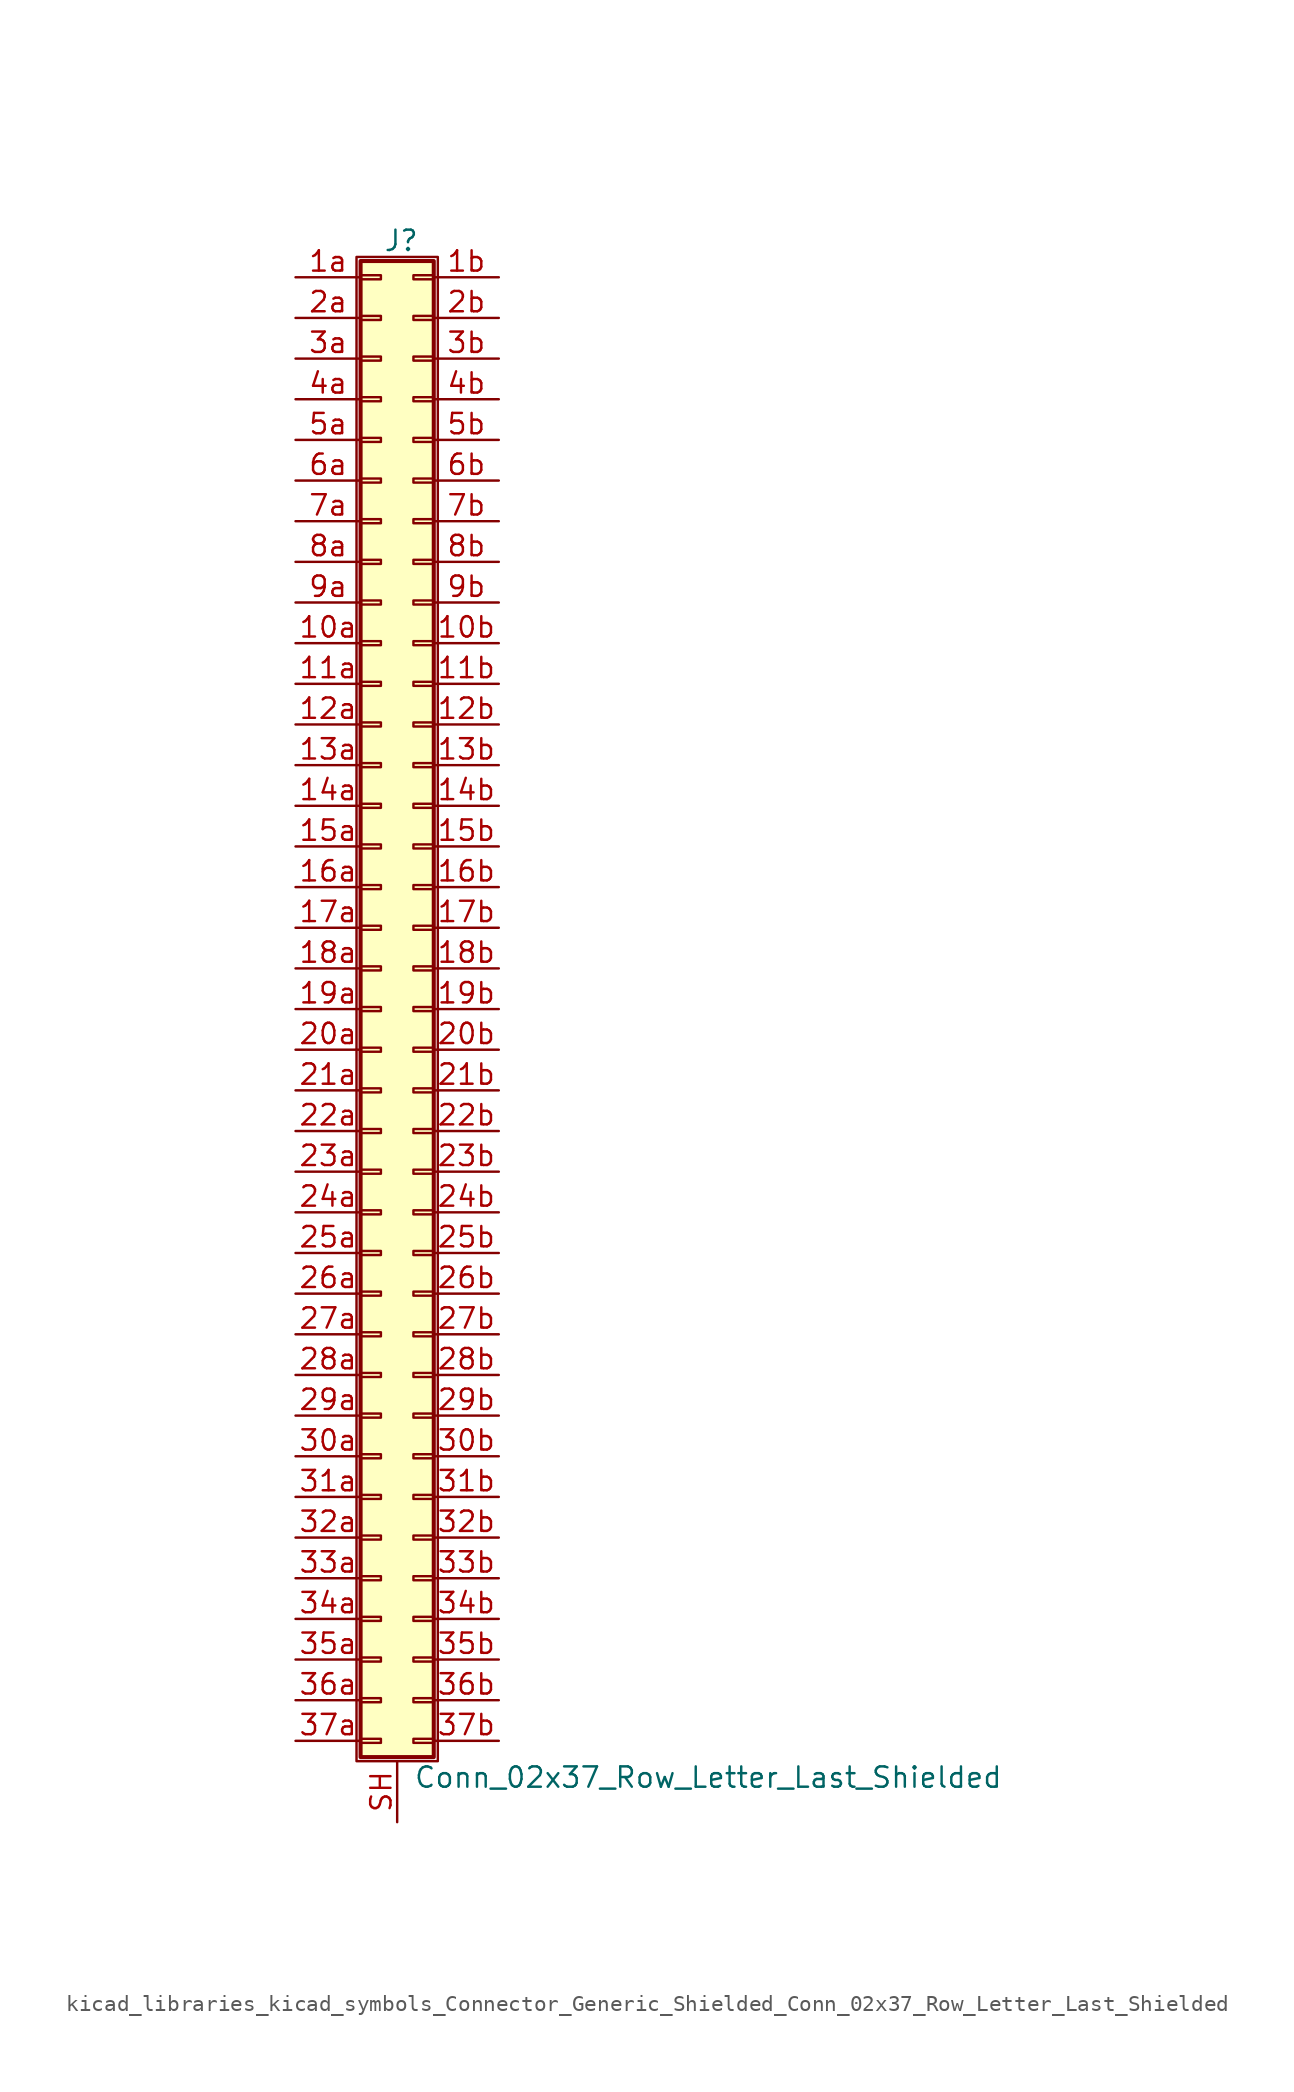
<source format=kicad_sym>
(kicad_symbol_lib
  (version 20220914)
  (generator kicad_symbol_editor)
  (symbol "kicad_libraries_kicad_symbols_Connector_Generic_Shielded_Conn_02x37_Row_Letter_Last_Shielded"
    (pin_names
      (offset 1.016) hide)
    (property "Reference" "J"
      (at 1.524 48.006 0)
      (effects (font (size 1.27 1.27))))
    (property "Value" "Conn_02x37_Row_Letter_Last_Shielded"
      (at 2.286 -48.006 0)
      (effects (font (size 1.27 1.27)) (justify left)))
    (symbol "kicad_libraries_kicad_symbols_Connector_Generic_Shielded_Conn_02x37_Row_Letter_Last_Shielded_1_1"
      (rectangle (start -1.27 46.99) (end 3.81 -46.99) (stroke (width 0.152) (type default)) (fill (type none)))
      (rectangle (start -1.016 -45.593) (end 0.254 -45.847) (stroke (width 0.152) (type default)) (fill (type none)))
      (rectangle (start -1.016 -43.053) (end 0.254 -43.307) (stroke (width 0.152) (type default)) (fill (type none)))
      (rectangle (start -1.016 -40.513) (end 0.254 -40.767) (stroke (width 0.152) (type default)) (fill (type none)))
      (rectangle (start -1.016 -37.973) (end 0.254 -38.227) (stroke (width 0.152) (type default)) (fill (type none)))
      (rectangle (start -1.016 -35.433) (end 0.254 -35.687) (stroke (width 0.152) (type default)) (fill (type none)))
      (rectangle (start -1.016 -32.893) (end 0.254 -33.147) (stroke (width 0.152) (type default)) (fill (type none)))
      (rectangle (start -1.016 -30.353) (end 0.254 -30.607) (stroke (width 0.152) (type default)) (fill (type none)))
      (rectangle (start -1.016 -27.813) (end 0.254 -28.067) (stroke (width 0.152) (type default)) (fill (type none)))
      (rectangle (start -1.016 -25.273) (end 0.254 -25.527) (stroke (width 0.152) (type default)) (fill (type none)))
      (rectangle (start -1.016 -22.733) (end 0.254 -22.987) (stroke (width 0.152) (type default)) (fill (type none)))
      (rectangle (start -1.016 -20.193) (end 0.254 -20.447) (stroke (width 0.152) (type default)) (fill (type none)))
      (rectangle (start -1.016 -17.653) (end 0.254 -17.907) (stroke (width 0.152) (type default)) (fill (type none)))
      (rectangle (start -1.016 -15.113) (end 0.254 -15.367) (stroke (width 0.152) (type default)) (fill (type none)))
      (rectangle (start -1.016 -12.573) (end 0.254 -12.827) (stroke (width 0.152) (type default)) (fill (type none)))
      (rectangle (start -1.016 -10.033) (end 0.254 -10.287) (stroke (width 0.152) (type default)) (fill (type none)))
      (rectangle (start -1.016 -7.493) (end 0.254 -7.747) (stroke (width 0.152) (type default)) (fill (type none)))
      (rectangle (start -1.016 -4.953) (end 0.254 -5.207) (stroke (width 0.152) (type default)) (fill (type none)))
      (rectangle (start -1.016 -2.413) (end 0.254 -2.667) (stroke (width 0.152) (type default)) (fill (type none)))
      (rectangle (start -1.016 0.127) (end 0.254 -0.127) (stroke (width 0.152) (type default)) (fill (type none)))
      (rectangle (start -1.016 2.667) (end 0.254 2.413) (stroke (width 0.152) (type default)) (fill (type none)))
      (rectangle (start -1.016 5.207) (end 0.254 4.953) (stroke (width 0.152) (type default)) (fill (type none)))
      (rectangle (start -1.016 7.747) (end 0.254 7.493) (stroke (width 0.152) (type default)) (fill (type none)))
      (rectangle (start -1.016 10.287) (end 0.254 10.033) (stroke (width 0.152) (type default)) (fill (type none)))
      (rectangle (start -1.016 12.827) (end 0.254 12.573) (stroke (width 0.152) (type default)) (fill (type none)))
      (rectangle (start -1.016 15.367) (end 0.254 15.113) (stroke (width 0.152) (type default)) (fill (type none)))
      (rectangle (start -1.016 17.907) (end 0.254 17.653) (stroke (width 0.152) (type default)) (fill (type none)))
      (rectangle (start -1.016 20.447) (end 0.254 20.193) (stroke (width 0.152) (type default)) (fill (type none)))
      (rectangle (start -1.016 22.987) (end 0.254 22.733) (stroke (width 0.152) (type default)) (fill (type none)))
      (rectangle (start -1.016 25.527) (end 0.254 25.273) (stroke (width 0.152) (type default)) (fill (type none)))
      (rectangle (start -1.016 28.067) (end 0.254 27.813) (stroke (width 0.152) (type default)) (fill (type none)))
      (rectangle (start -1.016 30.607) (end 0.254 30.353) (stroke (width 0.152) (type default)) (fill (type none)))
      (rectangle (start -1.016 33.147) (end 0.254 32.893) (stroke (width 0.152) (type default)) (fill (type none)))
      (rectangle (start -1.016 35.687) (end 0.254 35.433) (stroke (width 0.152) (type default)) (fill (type none)))
      (rectangle (start -1.016 38.227) (end 0.254 37.973) (stroke (width 0.152) (type default)) (fill (type none)))
      (rectangle (start -1.016 40.767) (end 0.254 40.513) (stroke (width 0.152) (type default)) (fill (type none)))
      (rectangle (start -1.016 43.307) (end 0.254 43.053) (stroke (width 0.152) (type default)) (fill (type none)))
      (rectangle (start -1.016 45.847) (end 0.254 45.593) (stroke (width 0.152) (type default)) (fill (type none)))
      (rectangle (start -1.016 46.736) (end 3.556 -46.736) (stroke (width 0.254) (type default)) (fill (type background)))
      (rectangle (start 3.556 -45.593) (end 2.286 -45.847) (stroke (width 0.152) (type default)) (fill (type none)))
      (rectangle (start 3.556 -43.053) (end 2.286 -43.307) (stroke (width 0.152) (type default)) (fill (type none)))
      (rectangle (start 3.556 -40.513) (end 2.286 -40.767) (stroke (width 0.152) (type default)) (fill (type none)))
      (rectangle (start 3.556 -37.973) (end 2.286 -38.227) (stroke (width 0.152) (type default)) (fill (type none)))
      (rectangle (start 3.556 -35.433) (end 2.286 -35.687) (stroke (width 0.152) (type default)) (fill (type none)))
      (rectangle (start 3.556 -32.893) (end 2.286 -33.147) (stroke (width 0.152) (type default)) (fill (type none)))
      (rectangle (start 3.556 -30.353) (end 2.286 -30.607) (stroke (width 0.152) (type default)) (fill (type none)))
      (rectangle (start 3.556 -27.813) (end 2.286 -28.067) (stroke (width 0.152) (type default)) (fill (type none)))
      (rectangle (start 3.556 -25.273) (end 2.286 -25.527) (stroke (width 0.152) (type default)) (fill (type none)))
      (rectangle (start 3.556 -22.733) (end 2.286 -22.987) (stroke (width 0.152) (type default)) (fill (type none)))
      (rectangle (start 3.556 -20.193) (end 2.286 -20.447) (stroke (width 0.152) (type default)) (fill (type none)))
      (rectangle (start 3.556 -17.653) (end 2.286 -17.907) (stroke (width 0.152) (type default)) (fill (type none)))
      (rectangle (start 3.556 -15.113) (end 2.286 -15.367) (stroke (width 0.152) (type default)) (fill (type none)))
      (rectangle (start 3.556 -12.573) (end 2.286 -12.827) (stroke (width 0.152) (type default)) (fill (type none)))
      (rectangle (start 3.556 -10.033) (end 2.286 -10.287) (stroke (width 0.152) (type default)) (fill (type none)))
      (rectangle (start 3.556 -7.493) (end 2.286 -7.747) (stroke (width 0.152) (type default)) (fill (type none)))
      (rectangle (start 3.556 -4.953) (end 2.286 -5.207) (stroke (width 0.152) (type default)) (fill (type none)))
      (rectangle (start 3.556 -2.413) (end 2.286 -2.667) (stroke (width 0.152) (type default)) (fill (type none)))
      (rectangle (start 3.556 0.127) (end 2.286 -0.127) (stroke (width 0.152) (type default)) (fill (type none)))
      (rectangle (start 3.556 2.667) (end 2.286 2.413) (stroke (width 0.152) (type default)) (fill (type none)))
      (rectangle (start 3.556 5.207) (end 2.286 4.953) (stroke (width 0.152) (type default)) (fill (type none)))
      (rectangle (start 3.556 7.747) (end 2.286 7.493) (stroke (width 0.152) (type default)) (fill (type none)))
      (rectangle (start 3.556 10.287) (end 2.286 10.033) (stroke (width 0.152) (type default)) (fill (type none)))
      (rectangle (start 3.556 12.827) (end 2.286 12.573) (stroke (width 0.152) (type default)) (fill (type none)))
      (rectangle (start 3.556 15.367) (end 2.286 15.113) (stroke (width 0.152) (type default)) (fill (type none)))
      (rectangle (start 3.556 17.907) (end 2.286 17.653) (stroke (width 0.152) (type default)) (fill (type none)))
      (rectangle (start 3.556 20.447) (end 2.286 20.193) (stroke (width 0.152) (type default)) (fill (type none)))
      (rectangle (start 3.556 22.987) (end 2.286 22.733) (stroke (width 0.152) (type default)) (fill (type none)))
      (rectangle (start 3.556 25.527) (end 2.286 25.273) (stroke (width 0.152) (type default)) (fill (type none)))
      (rectangle (start 3.556 28.067) (end 2.286 27.813) (stroke (width 0.152) (type default)) (fill (type none)))
      (rectangle (start 3.556 30.607) (end 2.286 30.353) (stroke (width 0.152) (type default)) (fill (type none)))
      (rectangle (start 3.556 33.147) (end 2.286 32.893) (stroke (width 0.152) (type default)) (fill (type none)))
      (rectangle (start 3.556 35.687) (end 2.286 35.433) (stroke (width 0.152) (type default)) (fill (type none)))
      (rectangle (start 3.556 38.227) (end 2.286 37.973) (stroke (width 0.152) (type default)) (fill (type none)))
      (rectangle (start 3.556 40.767) (end 2.286 40.513) (stroke (width 0.152) (type default)) (fill (type none)))
      (rectangle (start 3.556 43.307) (end 2.286 43.053) (stroke (width 0.152) (type default)) (fill (type none)))
      (rectangle (start 3.556 45.847) (end 2.286 45.593) (stroke (width 0.152) (type default)) (fill (type none)))
      (pin passive line (at -5.08 22.86 0) (length 4.064) (name "Pin_10a" (effects (font (size 1.27 1.27)))) (number "10a" (effects (font (size 1.27 1.27)))))
      (pin passive line (at 7.62 22.86 180) (length 4.064) (name "Pin_10b" (effects (font (size 1.27 1.27)))) (number "10b" (effects (font (size 1.27 1.27)))))
      (pin passive line (at -5.08 20.32 0) (length 4.064) (name "Pin_11a" (effects (font (size 1.27 1.27)))) (number "11a" (effects (font (size 1.27 1.27)))))
      (pin passive line (at 7.62 20.32 180) (length 4.064) (name "Pin_11b" (effects (font (size 1.27 1.27)))) (number "11b" (effects (font (size 1.27 1.27)))))
      (pin passive line (at -5.08 17.78 0) (length 4.064) (name "Pin_12a" (effects (font (size 1.27 1.27)))) (number "12a" (effects (font (size 1.27 1.27)))))
      (pin passive line (at 7.62 17.78 180) (length 4.064) (name "Pin_12b" (effects (font (size 1.27 1.27)))) (number "12b" (effects (font (size 1.27 1.27)))))
      (pin passive line (at -5.08 15.24 0) (length 4.064) (name "Pin_13a" (effects (font (size 1.27 1.27)))) (number "13a" (effects (font (size 1.27 1.27)))))
      (pin passive line (at 7.62 15.24 180) (length 4.064) (name "Pin_13b" (effects (font (size 1.27 1.27)))) (number "13b" (effects (font (size 1.27 1.27)))))
      (pin passive line (at -5.08 12.7 0) (length 4.064) (name "Pin_14a" (effects (font (size 1.27 1.27)))) (number "14a" (effects (font (size 1.27 1.27)))))
      (pin passive line (at 7.62 12.7 180) (length 4.064) (name "Pin_14b" (effects (font (size 1.27 1.27)))) (number "14b" (effects (font (size 1.27 1.27)))))
      (pin passive line (at -5.08 10.16 0) (length 4.064) (name "Pin_15a" (effects (font (size 1.27 1.27)))) (number "15a" (effects (font (size 1.27 1.27)))))
      (pin passive line (at 7.62 10.16 180) (length 4.064) (name "Pin_15b" (effects (font (size 1.27 1.27)))) (number "15b" (effects (font (size 1.27 1.27)))))
      (pin passive line (at -5.08 7.62 0) (length 4.064) (name "Pin_16a" (effects (font (size 1.27 1.27)))) (number "16a" (effects (font (size 1.27 1.27)))))
      (pin passive line (at 7.62 7.62 180) (length 4.064) (name "Pin_16b" (effects (font (size 1.27 1.27)))) (number "16b" (effects (font (size 1.27 1.27)))))
      (pin passive line (at -5.08 5.08 0) (length 4.064) (name "Pin_17a" (effects (font (size 1.27 1.27)))) (number "17a" (effects (font (size 1.27 1.27)))))
      (pin passive line (at 7.62 5.08 180) (length 4.064) (name "Pin_17b" (effects (font (size 1.27 1.27)))) (number "17b" (effects (font (size 1.27 1.27)))))
      (pin passive line (at -5.08 2.54 0) (length 4.064) (name "Pin_18a" (effects (font (size 1.27 1.27)))) (number "18a" (effects (font (size 1.27 1.27)))))
      (pin passive line (at 7.62 2.54 180) (length 4.064) (name "Pin_18b" (effects (font (size 1.27 1.27)))) (number "18b" (effects (font (size 1.27 1.27)))))
      (pin passive line (at -5.08 0 0) (length 4.064) (name "Pin_19a" (effects (font (size 1.27 1.27)))) (number "19a" (effects (font (size 1.27 1.27)))))
      (pin passive line (at 7.62 0 180) (length 4.064) (name "Pin_19b" (effects (font (size 1.27 1.27)))) (number "19b" (effects (font (size 1.27 1.27)))))
      (pin passive line (at -5.08 45.72 0) (length 4.064) (name "Pin_1a" (effects (font (size 1.27 1.27)))) (number "1a" (effects (font (size 1.27 1.27)))))
      (pin passive line (at 7.62 45.72 180) (length 4.064) (name "Pin_1b" (effects (font (size 1.27 1.27)))) (number "1b" (effects (font (size 1.27 1.27)))))
      (pin passive line (at -5.08 -2.54 0) (length 4.064) (name "Pin_20a" (effects (font (size 1.27 1.27)))) (number "20a" (effects (font (size 1.27 1.27)))))
      (pin passive line (at 7.62 -2.54 180) (length 4.064) (name "Pin_20b" (effects (font (size 1.27 1.27)))) (number "20b" (effects (font (size 1.27 1.27)))))
      (pin passive line (at -5.08 -5.08 0) (length 4.064) (name "Pin_21a" (effects (font (size 1.27 1.27)))) (number "21a" (effects (font (size 1.27 1.27)))))
      (pin passive line (at 7.62 -5.08 180) (length 4.064) (name "Pin_21b" (effects (font (size 1.27 1.27)))) (number "21b" (effects (font (size 1.27 1.27)))))
      (pin passive line (at -5.08 -7.62 0) (length 4.064) (name "Pin_22a" (effects (font (size 1.27 1.27)))) (number "22a" (effects (font (size 1.27 1.27)))))
      (pin passive line (at 7.62 -7.62 180) (length 4.064) (name "Pin_22b" (effects (font (size 1.27 1.27)))) (number "22b" (effects (font (size 1.27 1.27)))))
      (pin passive line (at -5.08 -10.16 0) (length 4.064) (name "Pin_23a" (effects (font (size 1.27 1.27)))) (number "23a" (effects (font (size 1.27 1.27)))))
      (pin passive line (at 7.62 -10.16 180) (length 4.064) (name "Pin_23b" (effects (font (size 1.27 1.27)))) (number "23b" (effects (font (size 1.27 1.27)))))
      (pin passive line (at -5.08 -12.7 0) (length 4.064) (name "Pin_24a" (effects (font (size 1.27 1.27)))) (number "24a" (effects (font (size 1.27 1.27)))))
      (pin passive line (at 7.62 -12.7 180) (length 4.064) (name "Pin_24b" (effects (font (size 1.27 1.27)))) (number "24b" (effects (font (size 1.27 1.27)))))
      (pin passive line (at -5.08 -15.24 0) (length 4.064) (name "Pin_25a" (effects (font (size 1.27 1.27)))) (number "25a" (effects (font (size 1.27 1.27)))))
      (pin passive line (at 7.62 -15.24 180) (length 4.064) (name "Pin_25b" (effects (font (size 1.27 1.27)))) (number "25b" (effects (font (size 1.27 1.27)))))
      (pin passive line (at -5.08 -17.78 0) (length 4.064) (name "Pin_26a" (effects (font (size 1.27 1.27)))) (number "26a" (effects (font (size 1.27 1.27)))))
      (pin passive line (at 7.62 -17.78 180) (length 4.064) (name "Pin_26b" (effects (font (size 1.27 1.27)))) (number "26b" (effects (font (size 1.27 1.27)))))
      (pin passive line (at -5.08 -20.32 0) (length 4.064) (name "Pin_27a" (effects (font (size 1.27 1.27)))) (number "27a" (effects (font (size 1.27 1.27)))))
      (pin passive line (at 7.62 -20.32 180) (length 4.064) (name "Pin_27b" (effects (font (size 1.27 1.27)))) (number "27b" (effects (font (size 1.27 1.27)))))
      (pin passive line (at -5.08 -22.86 0) (length 4.064) (name "Pin_28a" (effects (font (size 1.27 1.27)))) (number "28a" (effects (font (size 1.27 1.27)))))
      (pin passive line (at 7.62 -22.86 180) (length 4.064) (name "Pin_28b" (effects (font (size 1.27 1.27)))) (number "28b" (effects (font (size 1.27 1.27)))))
      (pin passive line (at -5.08 -25.4 0) (length 4.064) (name "Pin_29a" (effects (font (size 1.27 1.27)))) (number "29a" (effects (font (size 1.27 1.27)))))
      (pin passive line (at 7.62 -25.4 180) (length 4.064) (name "Pin_29b" (effects (font (size 1.27 1.27)))) (number "29b" (effects (font (size 1.27 1.27)))))
      (pin passive line (at -5.08 43.18 0) (length 4.064) (name "Pin_2a" (effects (font (size 1.27 1.27)))) (number "2a" (effects (font (size 1.27 1.27)))))
      (pin passive line (at 7.62 43.18 180) (length 4.064) (name "Pin_2b" (effects (font (size 1.27 1.27)))) (number "2b" (effects (font (size 1.27 1.27)))))
      (pin passive line (at -5.08 -27.94 0) (length 4.064) (name "Pin_30a" (effects (font (size 1.27 1.27)))) (number "30a" (effects (font (size 1.27 1.27)))))
      (pin passive line (at 7.62 -27.94 180) (length 4.064) (name "Pin_30b" (effects (font (size 1.27 1.27)))) (number "30b" (effects (font (size 1.27 1.27)))))
      (pin passive line (at -5.08 -30.48 0) (length 4.064) (name "Pin_31a" (effects (font (size 1.27 1.27)))) (number "31a" (effects (font (size 1.27 1.27)))))
      (pin passive line (at 7.62 -30.48 180) (length 4.064) (name "Pin_31b" (effects (font (size 1.27 1.27)))) (number "31b" (effects (font (size 1.27 1.27)))))
      (pin passive line (at -5.08 -33.02 0) (length 4.064) (name "Pin_32a" (effects (font (size 1.27 1.27)))) (number "32a" (effects (font (size 1.27 1.27)))))
      (pin passive line (at 7.62 -33.02 180) (length 4.064) (name "Pin_32b" (effects (font (size 1.27 1.27)))) (number "32b" (effects (font (size 1.27 1.27)))))
      (pin passive line (at -5.08 -35.56 0) (length 4.064) (name "Pin_33a" (effects (font (size 1.27 1.27)))) (number "33a" (effects (font (size 1.27 1.27)))))
      (pin passive line (at 7.62 -35.56 180) (length 4.064) (name "Pin_33b" (effects (font (size 1.27 1.27)))) (number "33b" (effects (font (size 1.27 1.27)))))
      (pin passive line (at -5.08 -38.1 0) (length 4.064) (name "Pin_34a" (effects (font (size 1.27 1.27)))) (number "34a" (effects (font (size 1.27 1.27)))))
      (pin passive line (at 7.62 -38.1 180) (length 4.064) (name "Pin_34b" (effects (font (size 1.27 1.27)))) (number "34b" (effects (font (size 1.27 1.27)))))
      (pin passive line (at -5.08 -40.64 0) (length 4.064) (name "Pin_35a" (effects (font (size 1.27 1.27)))) (number "35a" (effects (font (size 1.27 1.27)))))
      (pin passive line (at 7.62 -40.64 180) (length 4.064) (name "Pin_35b" (effects (font (size 1.27 1.27)))) (number "35b" (effects (font (size 1.27 1.27)))))
      (pin passive line (at -5.08 -43.18 0) (length 4.064) (name "Pin_36a" (effects (font (size 1.27 1.27)))) (number "36a" (effects (font (size 1.27 1.27)))))
      (pin passive line (at 7.62 -43.18 180) (length 4.064) (name "Pin_36b" (effects (font (size 1.27 1.27)))) (number "36b" (effects (font (size 1.27 1.27)))))
      (pin passive line (at -5.08 -45.72 0) (length 4.064) (name "Pin_37a" (effects (font (size 1.27 1.27)))) (number "37a" (effects (font (size 1.27 1.27)))))
      (pin passive line (at 7.62 -45.72 180) (length 4.064) (name "Pin_37b" (effects (font (size 1.27 1.27)))) (number "37b" (effects (font (size 1.27 1.27)))))
      (pin passive line (at -5.08 40.64 0) (length 4.064) (name "Pin_3a" (effects (font (size 1.27 1.27)))) (number "3a" (effects (font (size 1.27 1.27)))))
      (pin passive line (at 7.62 40.64 180) (length 4.064) (name "Pin_3b" (effects (font (size 1.27 1.27)))) (number "3b" (effects (font (size 1.27 1.27)))))
      (pin passive line (at -5.08 38.1 0) (length 4.064) (name "Pin_4a" (effects (font (size 1.27 1.27)))) (number "4a" (effects (font (size 1.27 1.27)))))
      (pin passive line (at 7.62 38.1 180) (length 4.064) (name "Pin_4b" (effects (font (size 1.27 1.27)))) (number "4b" (effects (font (size 1.27 1.27)))))
      (pin passive line (at -5.08 35.56 0) (length 4.064) (name "Pin_5a" (effects (font (size 1.27 1.27)))) (number "5a" (effects (font (size 1.27 1.27)))))
      (pin passive line (at 7.62 35.56 180) (length 4.064) (name "Pin_5b" (effects (font (size 1.27 1.27)))) (number "5b" (effects (font (size 1.27 1.27)))))
      (pin passive line (at -5.08 33.02 0) (length 4.064) (name "Pin_6a" (effects (font (size 1.27 1.27)))) (number "6a" (effects (font (size 1.27 1.27)))))
      (pin passive line (at 7.62 33.02 180) (length 4.064) (name "Pin_6b" (effects (font (size 1.27 1.27)))) (number "6b" (effects (font (size 1.27 1.27)))))
      (pin passive line (at -5.08 30.48 0) (length 4.064) (name "Pin_7a" (effects (font (size 1.27 1.27)))) (number "7a" (effects (font (size 1.27 1.27)))))
      (pin passive line (at 7.62 30.48 180) (length 4.064) (name "Pin_7b" (effects (font (size 1.27 1.27)))) (number "7b" (effects (font (size 1.27 1.27)))))
      (pin passive line (at -5.08 27.94 0) (length 4.064) (name "Pin_8a" (effects (font (size 1.27 1.27)))) (number "8a" (effects (font (size 1.27 1.27)))))
      (pin passive line (at 7.62 27.94 180) (length 4.064) (name "Pin_8b" (effects (font (size 1.27 1.27)))) (number "8b" (effects (font (size 1.27 1.27)))))
      (pin passive line (at -5.08 25.4 0) (length 4.064) (name "Pin_9a" (effects (font (size 1.27 1.27)))) (number "9a" (effects (font (size 1.27 1.27)))))
      (pin passive line (at 7.62 25.4 180) (length 4.064) (name "Pin_9b" (effects (font (size 1.27 1.27)))) (number "9b" (effects (font (size 1.27 1.27)))))
      (pin passive line (at 1.27 -50.8 90) (length 3.81) (name "Shield" (effects (font (size 1.27 1.27)))) (number "SH" (effects (font (size 1.27 1.27))))))))
</source>
